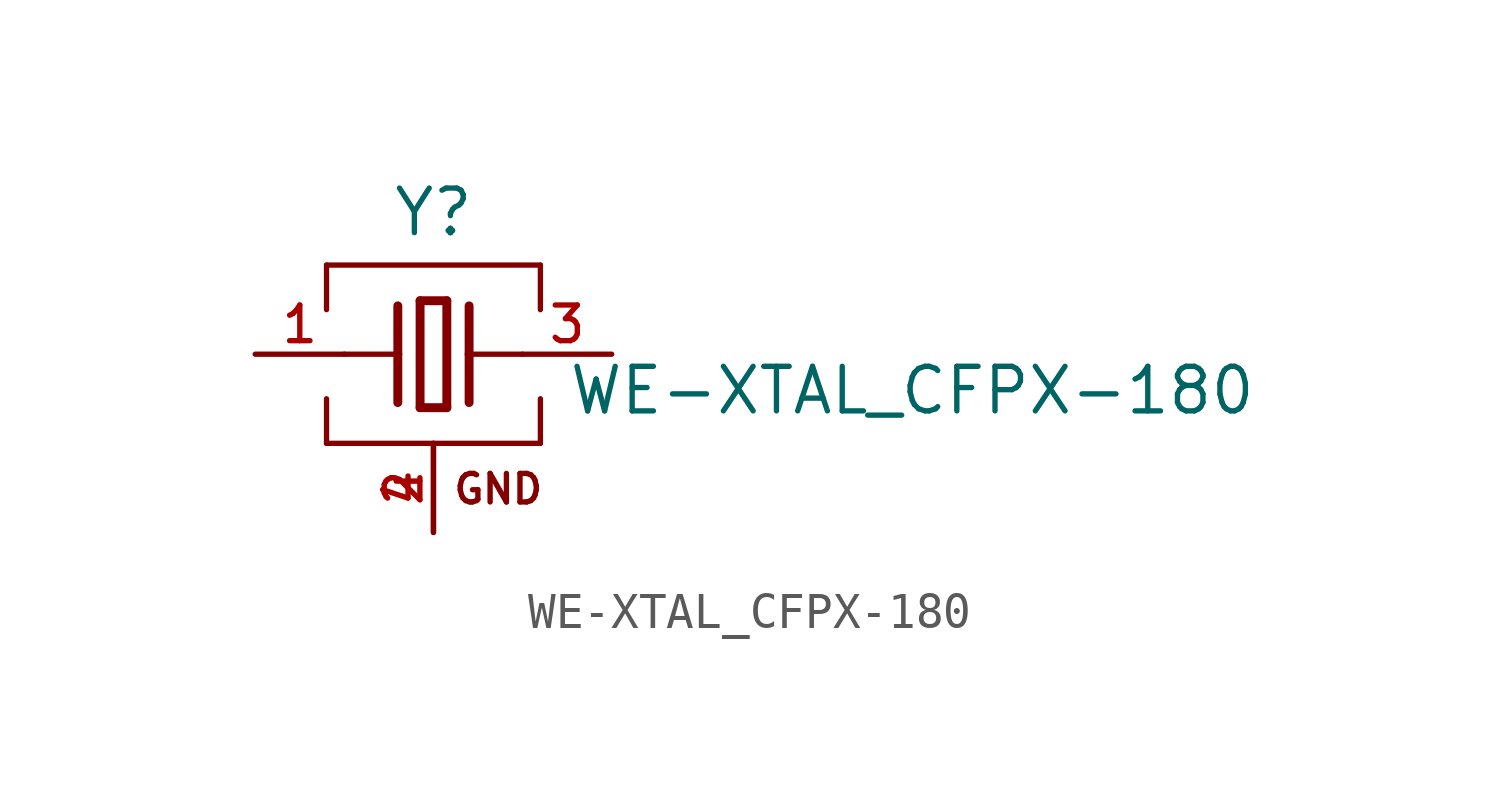
<source format=kicad_sym>
(kicad_symbol_lib
  (version 20211014)
  (generator kicad_symbol_editor)
  (symbol "WE-XTAL_CFPX-180"
    (pin_names
      (offset 1.016))
    (property "Reference" "Y"
      (at 0.0 3.302 0)
      (effects (font (size 1.27 1.27)) (justify bottom)))
    (property "Value" "WE-XTAL_CFPX-180"
      (at 3.81 -1.778 0)
      (effects (font (size 1.27 1.27)) (justify bottom left)))
    (symbol "WE-XTAL_CFPX-180_0_0"
      (polyline (pts (xy 1.016 0.0) (xy 2.54 0.0)) (stroke (width 0.152)))
      (polyline (pts (xy -2.54 0.0) (xy -1.016 0.0)) (stroke (width 0.152)))
      (polyline (pts (xy -0.381 1.524) (xy -0.381 -1.524)) (stroke (width 0.254)))
      (polyline (pts (xy -0.381 -1.524) (xy 0.381 -1.524)) (stroke (width 0.254)))
      (polyline (pts (xy 0.381 -1.524) (xy 0.381 1.524)) (stroke (width 0.254)))
      (polyline (pts (xy 0.381 1.524) (xy -0.381 1.524)) (stroke (width 0.254)))
      (polyline (pts (xy 1.016 1.378) (xy 1.016 0.0)) (stroke (width 0.254)))
      (polyline (pts (xy 1.016 0.0) (xy 1.016 -1.378)) (stroke (width 0.254)))
      (polyline (pts (xy -1.016 1.378) (xy -1.016 0.0)) (stroke (width 0.254)))
      (polyline (pts (xy -1.016 0.0) (xy -1.016 -1.378)) (stroke (width 0.254)))
      (polyline (pts (xy -3.048 2.54) (xy 3.048 2.54)) (stroke (width 0.152)))
      (polyline (pts (xy 3.048 -2.54) (xy -3.048 -2.54)) (stroke (width 0.152)))
      (polyline (pts (xy -3.048 2.54) (xy -3.048 1.27)) (stroke (width 0.152)))
      (polyline (pts (xy 3.048 2.54) (xy 3.048 1.27)) (stroke (width 0.152)))
      (polyline (pts (xy 3.048 -2.54) (xy 3.048 -1.27)) (stroke (width 0.152)))
      (polyline (pts (xy -3.048 -1.27) (xy -3.048 -2.54)) (stroke (width 0.152)))
      (text "GND" (at 0.508 -4.318 0) (effects (font (size 0.813 0.813)) (justify bottom left)))
      (pin passive line (at 5.08 0.0 180.0) (length 2.54) (name "~" (effects (font (size 1.016 1.016)))) (number "3" (effects (font (size 1.016 1.016)))))
      (pin passive line (at -5.08 0.0 0) (length 2.54) (name "~" (effects (font (size 1.016 1.016)))) (number "1" (effects (font (size 1.016 1.016)))))
      (pin passive line (at 0.0 -5.08 90.0) (length 2.54) (name "~" (effects (font (size 1.016 1.016)))) (number "2" (effects (font (size 1.016 1.016)))))
      (pin passive line (at 0.0 -5.08 90.0) (length 2.54) (name "~" (effects (font (size 1.016 1.016)))) (number "4" (effects (font (size 1.016 1.016))))))))
</source>
